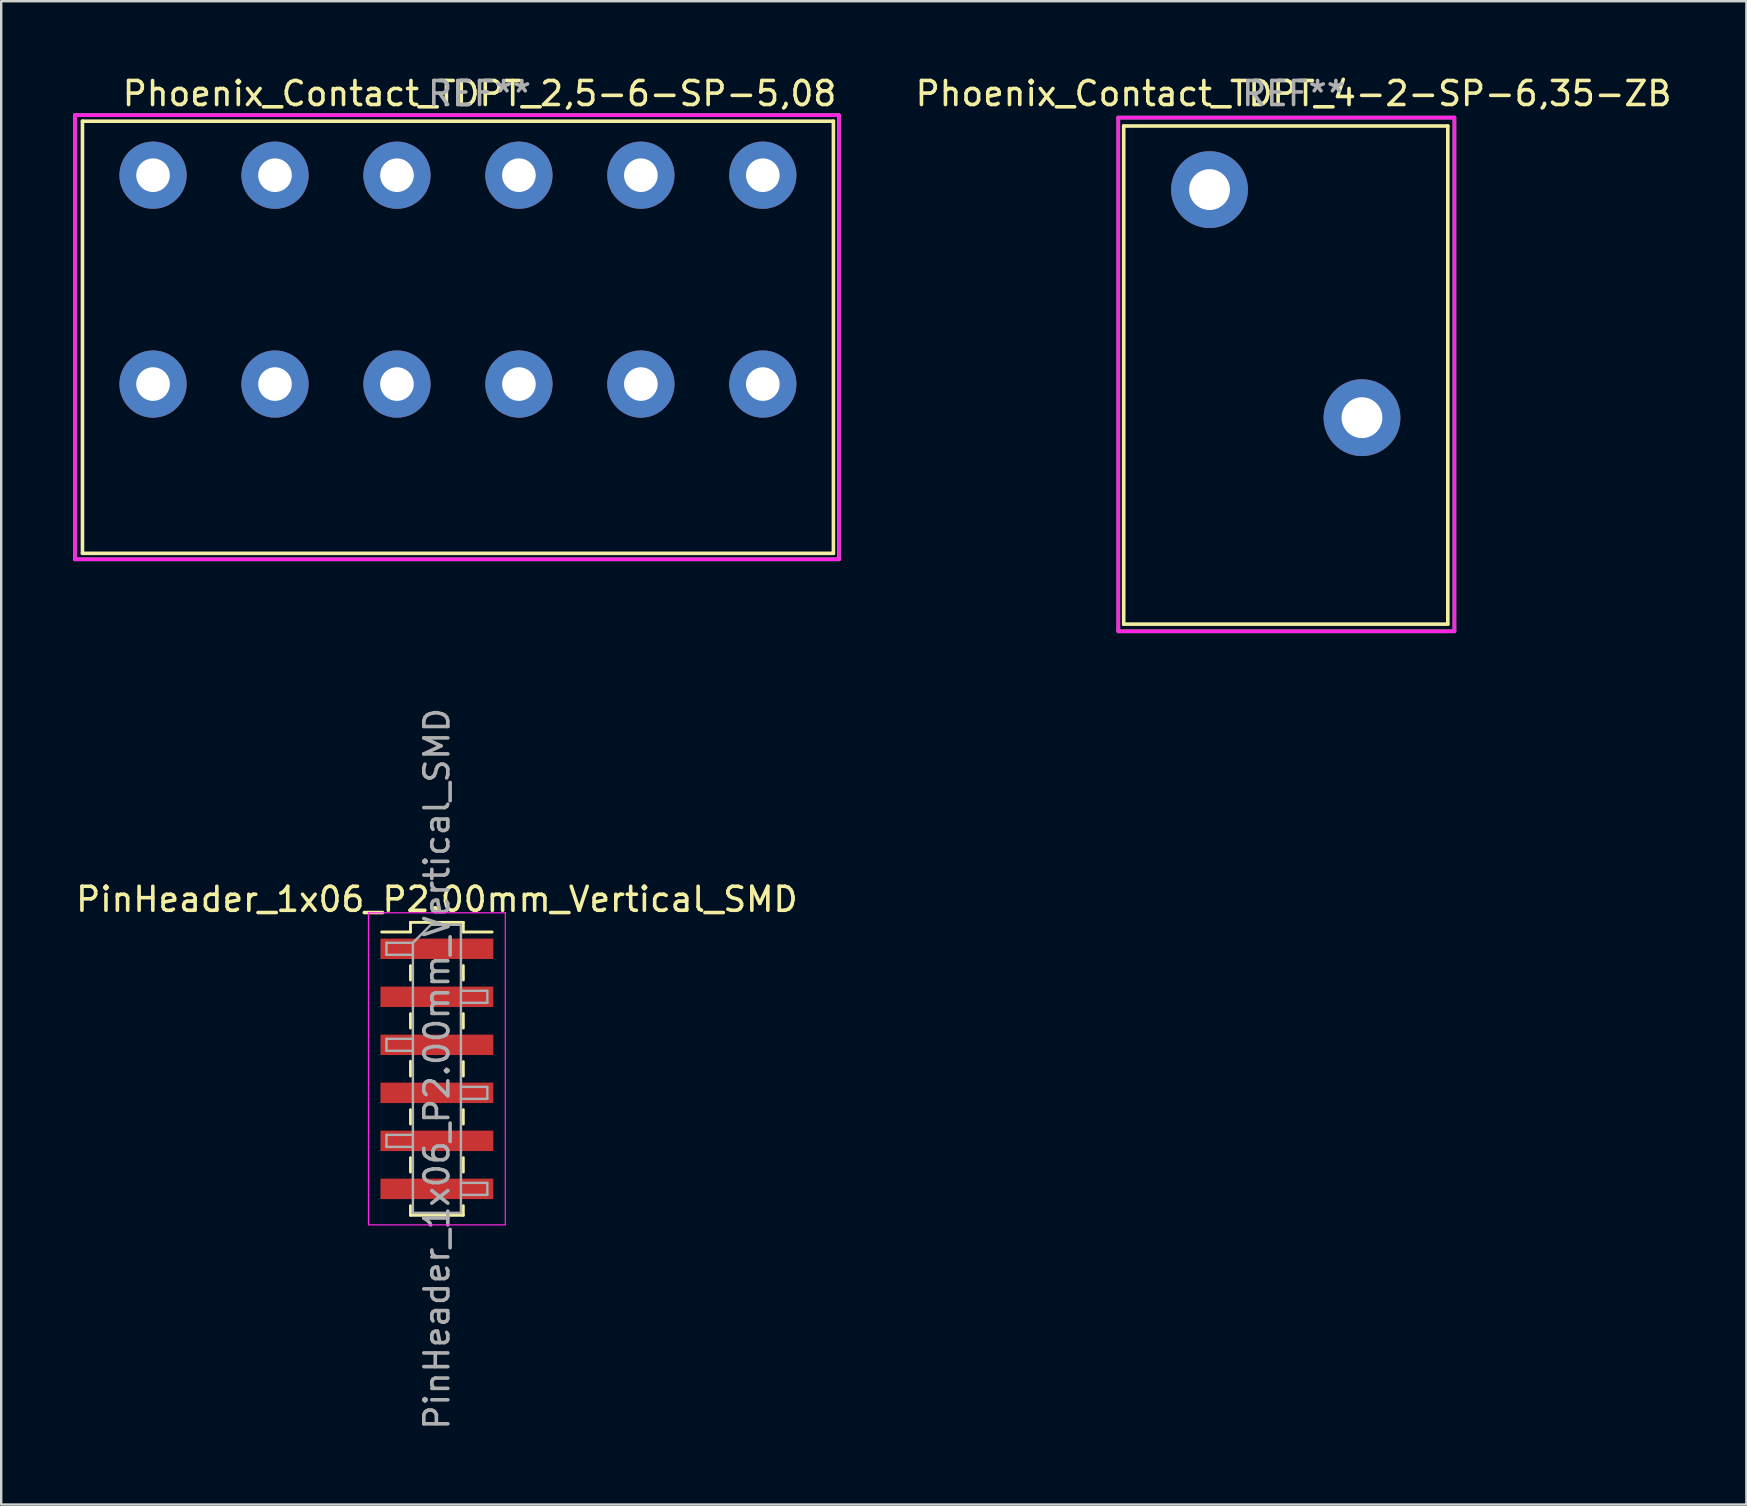
<source format=kicad_pcb>
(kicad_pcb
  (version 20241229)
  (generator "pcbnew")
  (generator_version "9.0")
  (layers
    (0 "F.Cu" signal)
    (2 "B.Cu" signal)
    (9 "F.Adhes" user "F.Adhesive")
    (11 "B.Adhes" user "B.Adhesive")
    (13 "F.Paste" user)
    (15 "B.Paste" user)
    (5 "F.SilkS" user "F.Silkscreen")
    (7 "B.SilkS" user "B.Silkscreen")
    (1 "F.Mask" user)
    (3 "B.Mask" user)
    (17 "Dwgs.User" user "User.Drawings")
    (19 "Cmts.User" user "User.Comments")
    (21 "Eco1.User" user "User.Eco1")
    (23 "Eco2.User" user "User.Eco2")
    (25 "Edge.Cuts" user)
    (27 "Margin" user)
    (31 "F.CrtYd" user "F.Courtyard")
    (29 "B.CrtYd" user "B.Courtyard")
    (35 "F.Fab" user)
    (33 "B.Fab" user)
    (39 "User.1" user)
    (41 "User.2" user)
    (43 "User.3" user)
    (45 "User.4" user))
  (footprint "Phoenix_Contact_TDPT_2,5-6-SP-5,08"
    (layer "F.Cu")
    (at 3.325 4.248)
    (property "Reference" "Phoenix_Contact_TDPT_2,5-6-SP-5,08" (at 13.6 -3.4 0) (layer "F.SilkS") (effects (font (size 1 1) (thickness 0.15))))
    (attr through_hole)
    (fp_line (start -2.94 -2.25) (end 28.34 -2.25) (stroke (width 0.15) (type solid)) (layer "F.SilkS"))
    (fp_line (start -2.94 15.75) (end -2.94 -2.25) (stroke (width 0.15) (type solid)) (layer "F.SilkS"))
    (fp_line (start -2.94 15.75) (end 28.34 15.75) (stroke (width 0.15) (type solid)) (layer "F.SilkS"))
    (fp_line (start 28.34 15.75) (end 28.34 -2.25) (stroke (width 0.15) (type solid)) (layer "F.SilkS"))
    (fp_line (start -3.25 -2.5) (end 28.57 -2.5) (stroke (width 0.15) (type solid)) (layer "F.CrtYd"))
    (fp_line (start -3.25 16) (end -3.25 -2.5) (stroke (width 0.15) (type solid)) (layer "F.CrtYd"))
    (fp_line (start 28.57 -2.5) (end 28.57 16) (stroke (width 0.15) (type solid)) (layer "F.CrtYd"))
    (fp_line (start 28.57 16) (end -3.25 16) (stroke (width 0.15) (type solid)) (layer "F.CrtYd"))
    (fp_line (start -3.25 -2.5) (end 28.57 -2.5) (stroke (width 0.15) (type solid)) (layer "F.Fab"))
    (fp_line (start -3.25 16) (end -3.25 -2.5) (stroke (width 0.15) (type solid)) (layer "F.Fab"))
    (fp_line (start 28.57 -2.5) (end 28.57 16) (stroke (width 0.15) (type solid)) (layer "F.Fab"))
    (fp_line (start 28.57 16) (end -3.25 16) (stroke (width 0.15) (type solid)) (layer "F.Fab"))
    (fp_text user "REF**" (at 13.6 -3.4 0) (layer "F.Fab") (effects (font (size 1 1) (thickness 0.15))))
    (pad "1" thru_hole circle (at 0 0) (size 2.8 2.8) (drill 1.4) (layers "*.Cu" "*.Mask"))
    (pad "1" thru_hole circle (at 0 8.7) (size 2.8 2.8) (drill 1.4) (layers "*.Cu" "*.Mask"))
    (pad "2" thru_hole circle (at 5.08 0) (size 2.8 2.8) (drill 1.4) (layers "*.Cu" "*.Mask"))
    (pad "2" thru_hole circle (at 5.08 8.7) (size 2.8 2.8) (drill 1.4) (layers "*.Cu" "*.Mask"))
    (pad "3" thru_hole circle (at 10.16 0) (size 2.8 2.8) (drill 1.4) (layers "*.Cu" "*.Mask"))
    (pad "3" thru_hole circle (at 10.16 8.7) (size 2.8 2.8) (drill 1.4) (layers "*.Cu" "*.Mask"))
    (pad "4" thru_hole circle (at 15.24 0) (size 2.8 2.8) (drill 1.4) (layers "*.Cu" "*.Mask"))
    (pad "4" thru_hole circle (at 15.24 8.7) (size 2.8 2.8) (drill 1.4) (layers "*.Cu" "*.Mask"))
    (pad "5" thru_hole circle (at 20.32 0) (size 2.8 2.8) (drill 1.4) (layers "*.Cu" "*.Mask"))
    (pad "5" thru_hole circle (at 20.32 8.7) (size 2.8 2.8) (drill 1.4) (layers "*.Cu" "*.Mask"))
    (pad "6" thru_hole circle (at 25.4 0) (size 2.8 2.8) (drill 1.4) (layers "*.Cu" "*.Mask"))
    (pad "6" thru_hole circle (at 25.4 8.7) (size 2.8 2.8) (drill 1.4) (layers "*.Cu" "*.Mask")))
  (footprint "Phoenix_Contact_TDPT_4-2-SP-6,35-ZB"
    (layer "F.Cu")
    (at 47.333 4.848)
    (property "Reference" "Phoenix_Contact_TDPT_4-2-SP-6,35-ZB" (at 3.5 -4 0) (layer "F.SilkS") (effects (font (size 1 1) (thickness 0.15))))
    (attr through_hole)
    (fp_line (start -3.575 -2.65) (end 9.925 -2.65) (stroke (width 0.15) (type solid)) (layer "F.SilkS"))
    (fp_line (start -3.575 18.1) (end -3.575 -2.65) (stroke (width 0.15) (type solid)) (layer "F.SilkS"))
    (fp_line (start -3.575 18.1) (end 9.925 18.1) (stroke (width 0.15) (type solid)) (layer "F.SilkS"))
    (fp_line (start 9.925 18.1) (end 9.925 -2.65) (stroke (width 0.15) (type solid)) (layer "F.SilkS"))
    (fp_line (start -3.8 -3) (end 10.2 -3) (stroke (width 0.15) (type solid)) (layer "F.CrtYd"))
    (fp_line (start -3.8 18.4) (end -3.8 -3) (stroke (width 0.15) (type solid)) (layer "F.CrtYd"))
    (fp_line (start 10.2 -3) (end 10.2 18.4) (stroke (width 0.15) (type solid)) (layer "F.CrtYd"))
    (fp_line (start 10.2 18.4) (end -3.8 18.4) (stroke (width 0.15) (type solid)) (layer "F.CrtYd"))
    (fp_line (start -3.8 -3) (end 10.2 -3) (stroke (width 0.15) (type solid)) (layer "F.Fab"))
    (fp_line (start -3.8 18.4) (end -3.8 -3) (stroke (width 0.15) (type solid)) (layer "F.Fab"))
    (fp_line (start 10.2 -3) (end 10.2 18.4) (stroke (width 0.15) (type solid)) (layer "F.Fab"))
    (fp_line (start 10.2 18.4) (end -3.8 18.4) (stroke (width 0.15) (type solid)) (layer "F.Fab"))
    (fp_text user "REF**" (at 3.5 -4 0) (layer "F.Fab") (effects (font (size 1 1) (thickness 0.15))))
    (pad "1" thru_hole circle (at 0 0) (size 3.2 3.2) (drill 1.7) (layers "*.Cu" "*.Mask"))
    (pad "2" thru_hole circle (at 6.35 9.5) (size 3.2 3.2) (drill 1.7) (layers "*.Cu" "*.Mask")))
  (footprint "PinHeader_1x06_P2.00mm_Vertical_SMD"
    (layer "F.Cu")
    (at 15.149 41.472)
    (property "Reference" "PinHeader_1x06_P2.00mm_Vertical_SMD" (at 0 -7.06 0) (layer "F.SilkS") (effects (font (size 1 1) (thickness 0.15))))
    (attr smd)
    (fp_line (start -1.1 -6.1) (end -1.1 -5.7) (stroke (width 0.12) (type solid)) (layer "F.SilkS"))
    (fp_line (start -1.1 -6.1) (end 1.1 -6.1) (stroke (width 0.12) (type solid)) (layer "F.SilkS"))
    (fp_line (start -1.1 -5.7) (end -2.3 -5.7) (stroke (width 0.12) (type solid)) (layer "F.SilkS"))
    (fp_line (start -1.1 -4.3) (end -1.1 -3.7) (stroke (width 0.12) (type solid)) (layer "F.SilkS"))
    (fp_line (start -1.1 -2.3) (end -1.1 -1.7) (stroke (width 0.12) (type solid)) (layer "F.SilkS"))
    (fp_line (start -1.1 -0.315) (end -1.1 0.3) (stroke (width 0.12) (type solid)) (layer "F.SilkS"))
    (fp_line (start -1.1 1.7) (end -1.1 2.3) (stroke (width 0.12) (type solid)) (layer "F.SilkS"))
    (fp_line (start -1.1 3.7) (end -1.1 4.3) (stroke (width 0.12) (type solid)) (layer "F.SilkS"))
    (fp_line (start -1.1 5.7) (end -1.1 6.1) (stroke (width 0.12) (type solid)) (layer "F.SilkS"))
    (fp_line (start -1.1 6.1) (end 1.1 6.1) (stroke (width 0.12) (type solid)) (layer "F.SilkS"))
    (fp_line (start 1.1 -6.1) (end 1.1 -5.7) (stroke (width 0.12) (type solid)) (layer "F.SilkS"))
    (fp_line (start 1.1 -4.3) (end 1.1 -3.7) (stroke (width 0.12) (type solid)) (layer "F.SilkS"))
    (fp_line (start 1.1 -2.3) (end 1.1 -1.7) (stroke (width 0.12) (type solid)) (layer "F.SilkS"))
    (fp_line (start 1.1 -0.3) (end 1.1 0.3) (stroke (width 0.12) (type solid)) (layer "F.SilkS"))
    (fp_line (start 1.1 1.7) (end 1.1 2.3) (stroke (width 0.12) (type solid)) (layer "F.SilkS"))
    (fp_line (start 1.1 3.7) (end 1.1 4.3) (stroke (width 0.12) (type solid)) (layer "F.SilkS"))
    (fp_line (start 1.1 5.7) (end 1.1 6.1) (stroke (width 0.12) (type solid)) (layer "F.SilkS"))
    (fp_line (start 2.3 -5.7) (end 1.1 -5.7) (stroke (width 0.12) (type solid)) (layer "F.SilkS"))
    (fp_line (start -2.85 -6.5) (end -2.85 6.5) (stroke (width 0.05) (type solid)) (layer "F.CrtYd"))
    (fp_line (start -2.85 6.5) (end 2.85 6.5) (stroke (width 0.05) (type solid)) (layer "F.CrtYd"))
    (fp_line (start 2.85 -6.5) (end -2.85 -6.5) (stroke (width 0.05) (type solid)) (layer "F.CrtYd"))
    (fp_line (start 2.85 6.5) (end 2.85 -6.5) (stroke (width 0.05) (type solid)) (layer "F.CrtYd"))
    (fp_line (start -2.1 -5.25) (end -2.1 -4.75) (stroke (width 0.1) (type solid)) (layer "F.Fab"))
    (fp_line (start -2.1 -4.75) (end -1 -4.75) (stroke (width 0.1) (type solid)) (layer "F.Fab"))
    (fp_line (start -2.1 -1.25) (end -2.1 -0.75) (stroke (width 0.1) (type solid)) (layer "F.Fab"))
    (fp_line (start -2.1 -0.75) (end -1 -0.75) (stroke (width 0.1) (type solid)) (layer "F.Fab"))
    (fp_line (start -2.1 2.75) (end -2.1 3.25) (stroke (width 0.1) (type solid)) (layer "F.Fab"))
    (fp_line (start -2.1 3.25) (end -1 3.25) (stroke (width 0.1) (type solid)) (layer "F.Fab"))
    (fp_line (start -1 -5.25) (end -2.1 -5.25) (stroke (width 0.1) (type solid)) (layer "F.Fab"))
    (fp_line (start -1 -5.25) (end -0.25 -6) (stroke (width 0.1) (type solid)) (layer "F.Fab"))
    (fp_line (start -1 -1.25) (end -2.1 -1.25) (stroke (width 0.1) (type solid)) (layer "F.Fab"))
    (fp_line (start -1 2.75) (end -2.1 2.75) (stroke (width 0.1) (type solid)) (layer "F.Fab"))
    (fp_line (start -1 6) (end -1 -5.25) (stroke (width 0.1) (type solid)) (layer "F.Fab"))
    (fp_line (start -0.25 -6) (end 1 -6) (stroke (width 0.1) (type solid)) (layer "F.Fab"))
    (fp_line (start 1 -6) (end 1 6) (stroke (width 0.1) (type solid)) (layer "F.Fab"))
    (fp_line (start 1 -3.25) (end 2.1 -3.25) (stroke (width 0.1) (type solid)) (layer "F.Fab"))
    (fp_line (start 1 0.75) (end 2.1 0.75) (stroke (width 0.1) (type solid)) (layer "F.Fab"))
    (fp_line (start 1 4.75) (end 2.1 4.75) (stroke (width 0.1) (type solid)) (layer "F.Fab"))
    (fp_line (start 1 6) (end -1 6) (stroke (width 0.1) (type solid)) (layer "F.Fab"))
    (fp_line (start 2.1 -3.25) (end 2.1 -2.75) (stroke (width 0.1) (type solid)) (layer "F.Fab"))
    (fp_line (start 2.1 -2.75) (end 1 -2.75) (stroke (width 0.1) (type solid)) (layer "F.Fab"))
    (fp_line (start 2.1 0.75) (end 2.1 1.25) (stroke (width 0.1) (type solid)) (layer "F.Fab"))
    (fp_line (start 2.1 1.25) (end 1 1.25) (stroke (width 0.1) (type solid)) (layer "F.Fab"))
    (fp_line (start 2.1 4.75) (end 2.1 5.25) (stroke (width 0.1) (type solid)) (layer "F.Fab"))
    (fp_line (start 2.1 5.25) (end 1 5.25) (stroke (width 0.1) (type solid)) (layer "F.Fab"))
    (fp_text user "${REFERENCE}" (at 0 0 90) (layer "F.Fab") (effects (font (size 1 1) (thickness 0.15))))
    (pad "1" smd rect (at 0 -5) (size 4.7 0.85) (layers "F.Cu" "F.Mask" "F.Paste"))
    (pad "2" smd rect (at 0 -3) (size 4.7 0.85) (layers "F.Cu" "F.Mask" "F.Paste"))
    (pad "3" smd rect (at 0 -1) (size 4.7 0.85) (layers "F.Cu" "F.Mask" "F.Paste"))
    (pad "4" smd rect (at 0 1) (size 4.7 0.85) (layers "F.Cu" "F.Mask" "F.Paste"))
    (pad "5" smd rect (at 0 3) (size 4.7 0.85) (layers "F.Cu" "F.Mask" "F.Paste"))
    (pad "6" smd rect (at 0 5) (size 4.7 0.85) (layers "F.Cu" "F.Mask" "F.Paste")))
  (gr_rect
    (start -3 -3)
    (end 69.696 59.621)
    (stroke (width 0.1) (type default))
    (fill no)
    (layer "Edge.Cuts")))
</source>
